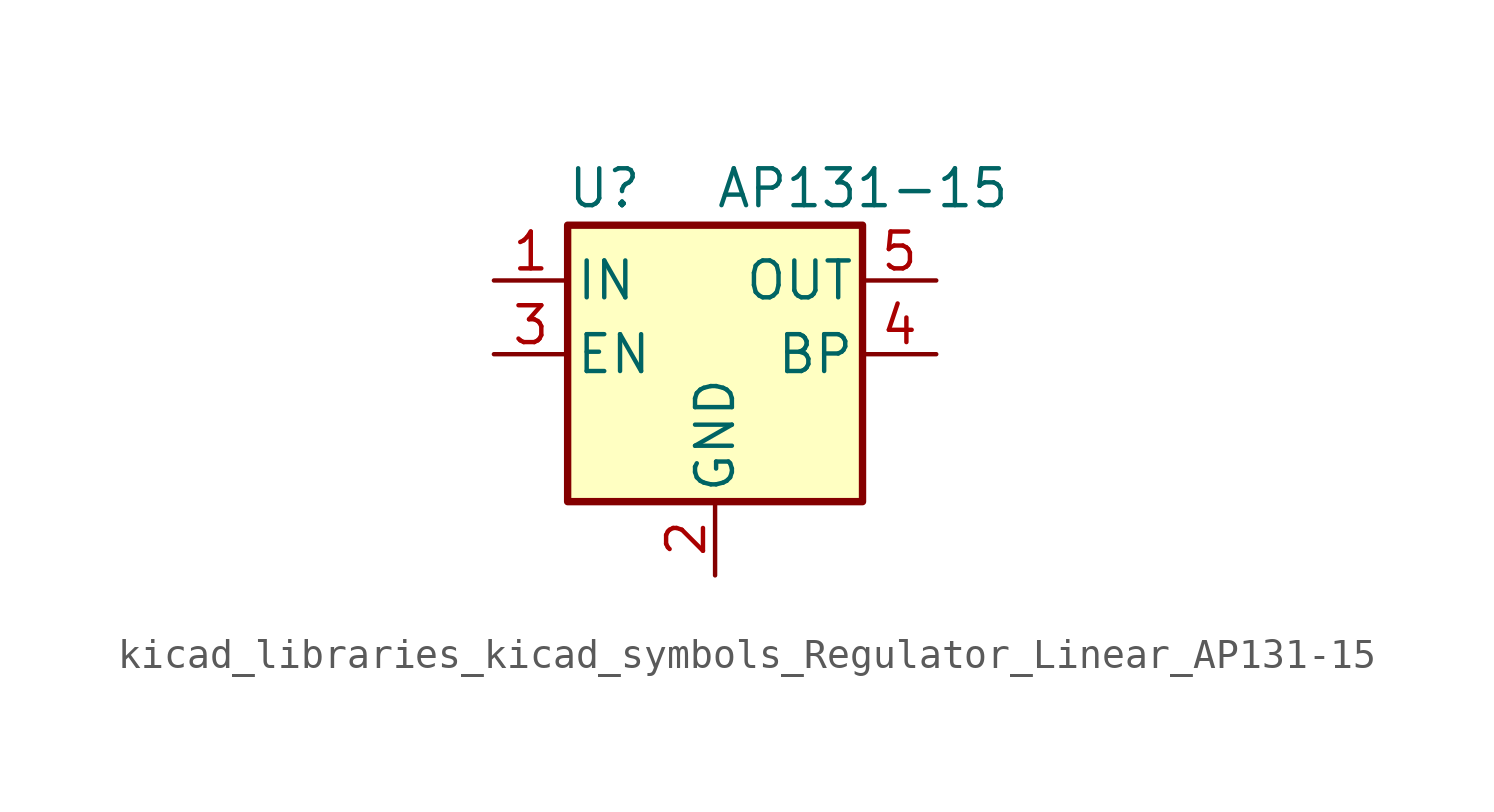
<source format=kicad_sym>
(kicad_symbol_lib
  (version 20220914)
  (generator kicad_symbol_editor)
  (symbol "kicad_libraries_kicad_symbols_Regulator_Linear_AP131-15"
    (pin_names
      (offset 0.254))
    (property "Reference" "U"
      (at -3.81 5.715 0)
      (effects (font (size 1.27 1.27))))
    (property "Value" "AP131-15"
      (at 0 5.715 0)
      (effects (font (size 1.27 1.27)) (justify left)))
    (symbol "kicad_libraries_kicad_symbols_Regulator_Linear_AP131-15_0_1"
      (rectangle (start -5.08 4.445) (end 5.08 -5.08) (stroke (width 0.254) (type default)) (fill (type background))))
    (symbol "kicad_libraries_kicad_symbols_Regulator_Linear_AP131-15_1_1"
      (pin power_in line (at -7.62 2.54 0) (length 2.54) (name "IN" (effects (font (size 1.27 1.27)))) (number "1" (effects (font (size 1.27 1.27)))))
      (pin power_in line (at 0 -7.62 90) (length 2.54) (name "GND" (effects (font (size 1.27 1.27)))) (number "2" (effects (font (size 1.27 1.27)))))
      (pin input line (at -7.62 0 0) (length 2.54) (name "EN" (effects (font (size 1.27 1.27)))) (number "3" (effects (font (size 1.27 1.27)))))
      (pin input line (at 7.62 0 180) (length 2.54) (name "BP" (effects (font (size 1.27 1.27)))) (number "4" (effects (font (size 1.27 1.27)))))
      (pin power_out line (at 7.62 2.54 180) (length 2.54) (name "OUT" (effects (font (size 1.27 1.27)))) (number "5" (effects (font (size 1.27 1.27))))))))
</source>
